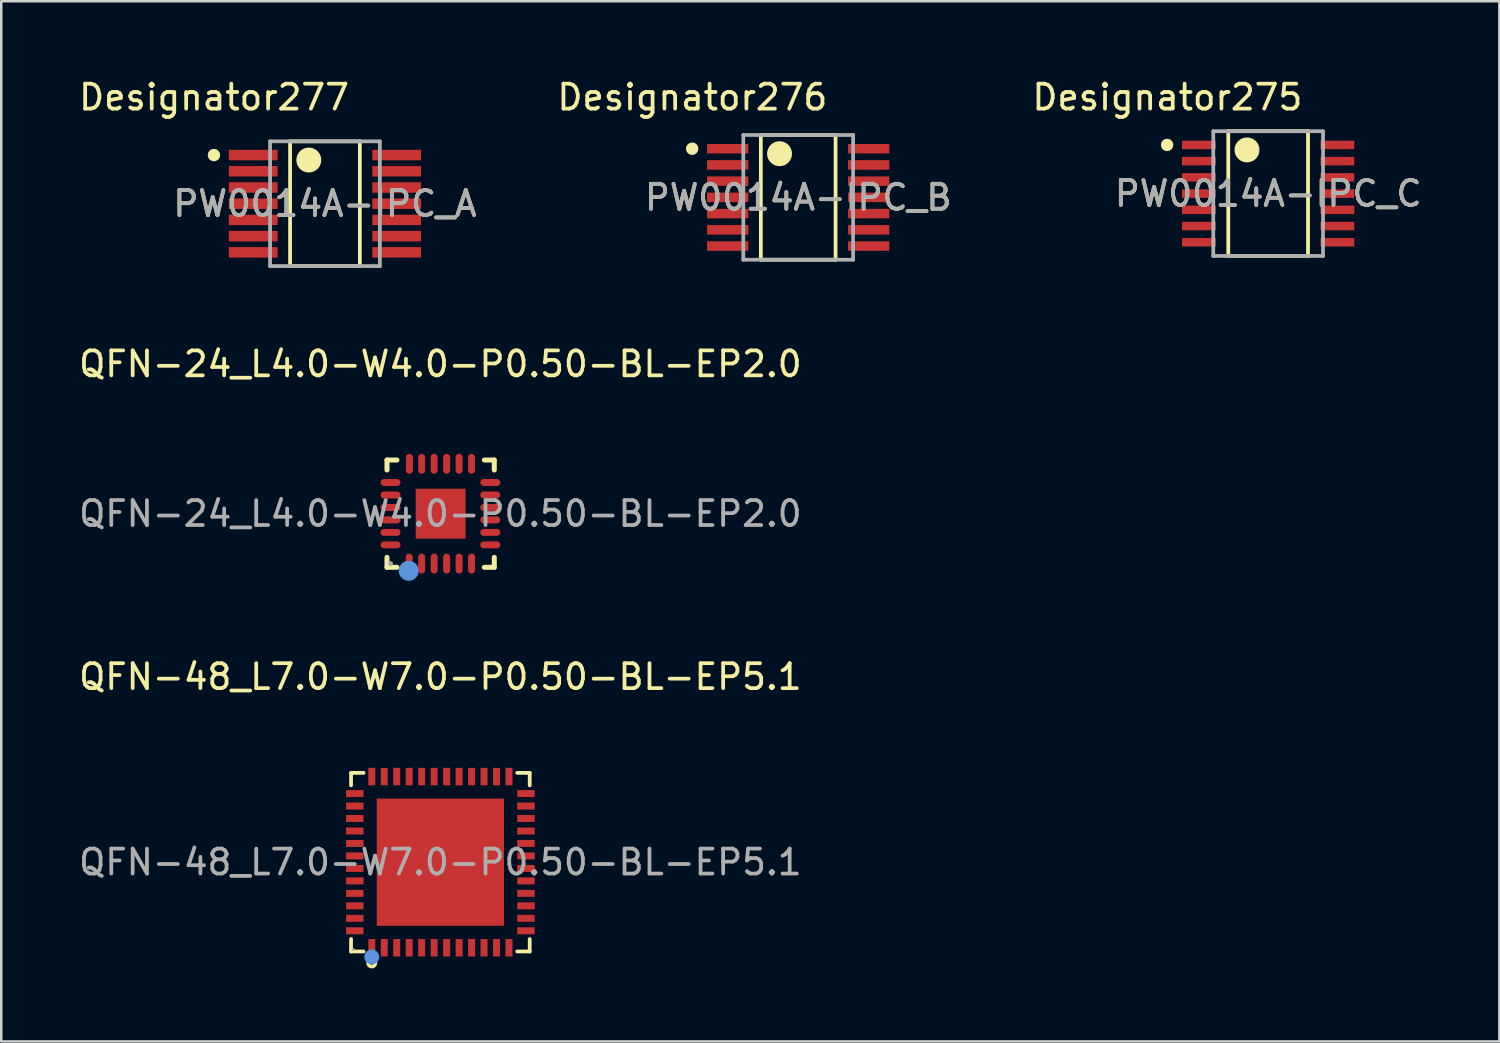
<source format=kicad_pcb>
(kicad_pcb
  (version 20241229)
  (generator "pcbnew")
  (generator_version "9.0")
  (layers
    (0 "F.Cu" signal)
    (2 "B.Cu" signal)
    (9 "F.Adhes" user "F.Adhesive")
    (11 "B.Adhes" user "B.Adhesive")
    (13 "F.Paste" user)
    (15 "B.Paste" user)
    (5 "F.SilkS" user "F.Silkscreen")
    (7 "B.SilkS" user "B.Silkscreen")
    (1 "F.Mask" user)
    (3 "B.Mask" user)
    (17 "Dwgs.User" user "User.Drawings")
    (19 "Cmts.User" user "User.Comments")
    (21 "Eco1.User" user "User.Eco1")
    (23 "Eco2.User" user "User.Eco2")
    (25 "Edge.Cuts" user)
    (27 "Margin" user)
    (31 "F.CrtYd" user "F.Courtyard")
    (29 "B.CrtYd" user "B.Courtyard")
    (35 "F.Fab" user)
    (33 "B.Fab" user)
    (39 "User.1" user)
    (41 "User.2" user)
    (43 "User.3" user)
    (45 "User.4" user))
  (footprint "PW0014A-IPC_C"
    (layer "F.Cu")
    (at 47.779 4.709)
    (property "Reference" "PW0014A-IPC_C" (at 0 0 0) (unlocked yes) (layer "F.SilkS") (effects (font (size 1 1) (thickness 0.15))))
    (attr smd)
    (fp_line (start -1.598 -2.5) (end 1.598 -2.5) (stroke (width 0.15) (type solid)) (layer "F.SilkS"))
    (fp_line (start -1.598 2.5) (end -1.598 -2.5) (stroke (width 0.15) (type solid)) (layer "F.SilkS"))
    (fp_line (start -1.598 2.5) (end 1.598 2.5) (stroke (width 0.15) (type solid)) (layer "F.SilkS"))
    (fp_line (start 1.598 2.5) (end 1.598 -2.5) (stroke (width 0.15) (type solid)) (layer "F.SilkS"))
    (fp_circle (center -4.05 -1.95) (end -3.925 -1.95) (stroke (width 0.25) (type solid)) (fill no) (layer "F.SilkS"))
    (fp_circle (center -0.848 -1.75) (end -0.598 -1.75) (stroke (width 0.5) (type solid)) (fill no) (layer "F.SilkS"))
    (fp_line (start -2.2 -2.5) (end 2.2 -2.5) (stroke (width 0.15) (type solid)) (layer "F.Fab"))
    (fp_line (start -2.2 2.5) (end -2.2 -2.5) (stroke (width 0.15) (type solid)) (layer "F.Fab"))
    (fp_line (start -2.2 2.5) (end 2.2 2.5) (stroke (width 0.15) (type solid)) (layer "F.Fab"))
    (fp_line (start 2.2 2.5) (end 2.2 -2.5) (stroke (width 0.15) (type solid)) (layer "F.Fab"))
    (fp_text user "Designator275" (at -4.039 -3.861 0) (unlocked yes) (layer "F.SilkS") (effects (font (size 1 1) (thickness 0.15))))
    (fp_text user "${REFERENCE}" (at 0 0 0) (unlocked yes) (layer "F.Fab") (effects (font (size 1 1) (thickness 0.15))))
    (pad "1" smd rect (at -2.775 -1.95) (size 1.355 0.341) (layers "F.Cu" "F.Mask" "F.Paste"))
    (pad "2" smd rect (at -2.775 -1.3) (size 1.355 0.341) (layers "F.Cu" "F.Mask" "F.Paste"))
    (pad "3" smd rect (at -2.775 -0.65) (size 1.355 0.341) (layers "F.Cu" "F.Mask" "F.Paste"))
    (pad "4" smd rect (at -2.775 0) (size 1.355 0.341) (layers "F.Cu" "F.Mask" "F.Paste"))
    (pad "5" smd rect (at -2.775 0.65) (size 1.355 0.341) (layers "F.Cu" "F.Mask" "F.Paste"))
    (pad "6" smd rect (at -2.775 1.3) (size 1.355 0.341) (layers "F.Cu" "F.Mask" "F.Paste"))
    (pad "7" smd rect (at -2.775 1.95) (size 1.355 0.341) (layers "F.Cu" "F.Mask" "F.Paste"))
    (pad "8" smd rect (at 2.775 1.95) (size 1.355 0.341) (layers "F.Cu" "F.Mask" "F.Paste"))
    (pad "9" smd rect (at 2.775 1.3) (size 1.355 0.341) (layers "F.Cu" "F.Mask" "F.Paste"))
    (pad "10" smd rect (at 2.775 0.65) (size 1.355 0.341) (layers "F.Cu" "F.Mask" "F.Paste"))
    (pad "11" smd rect (at 2.775 0) (size 1.355 0.341) (layers "F.Cu" "F.Mask" "F.Paste"))
    (pad "12" smd rect (at 2.775 -0.65) (size 1.355 0.341) (layers "F.Cu" "F.Mask" "F.Paste"))
    (pad "13" smd rect (at 2.775 -1.3) (size 1.355 0.341) (layers "F.Cu" "F.Mask" "F.Paste"))
    (pad "14" smd rect (at 2.775 -1.95) (size 1.355 0.341) (layers "F.Cu" "F.Mask" "F.Paste")))
  (footprint "PW0014A-IPC_B"
    (layer "F.Cu")
    (at 28.943 4.861)
    (property "Reference" "PW0014A-IPC_B" (at 0 0 0) (unlocked yes) (layer "F.SilkS") (effects (font (size 1 1) (thickness 0.15))))
    (attr smd)
    (fp_line (start -1.498 -2.5) (end 1.498 -2.5) (stroke (width 0.15) (type solid)) (layer "F.SilkS"))
    (fp_line (start -1.498 2.5) (end -1.498 -2.5) (stroke (width 0.15) (type solid)) (layer "F.SilkS"))
    (fp_line (start -1.498 2.5) (end 1.498 2.5) (stroke (width 0.15) (type solid)) (layer "F.SilkS"))
    (fp_line (start 1.498 2.5) (end 1.498 -2.5) (stroke (width 0.15) (type solid)) (layer "F.SilkS"))
    (fp_circle (center -4.25 -1.95) (end -4.125 -1.95) (stroke (width 0.25) (type solid)) (fill no) (layer "F.SilkS"))
    (fp_circle (center -0.748 -1.75) (end -0.498 -1.75) (stroke (width 0.5) (type solid)) (fill no) (layer "F.SilkS"))
    (fp_line (start -2.2 -2.5) (end 2.2 -2.5) (stroke (width 0.15) (type solid)) (layer "F.Fab"))
    (fp_line (start -2.2 2.5) (end -2.2 -2.5) (stroke (width 0.15) (type solid)) (layer "F.Fab"))
    (fp_line (start -2.2 2.5) (end 2.2 2.5) (stroke (width 0.15) (type solid)) (layer "F.Fab"))
    (fp_line (start 2.2 2.5) (end 2.2 -2.5) (stroke (width 0.15) (type solid)) (layer "F.Fab"))
    (fp_text user "Designator276" (at -4.242 -4.013 0) (unlocked yes) (layer "F.SilkS") (effects (font (size 1 1) (thickness 0.15))))
    (fp_text user "${REFERENCE}" (at 0 0 0) (unlocked yes) (layer "F.Fab") (effects (font (size 1 1) (thickness 0.15))))
    (pad "1" smd rect (at -2.825 -1.95) (size 1.655 0.381) (layers "F.Cu" "F.Mask" "F.Paste"))
    (pad "2" smd rect (at -2.825 -1.3) (size 1.655 0.381) (layers "F.Cu" "F.Mask" "F.Paste"))
    (pad "3" smd rect (at -2.825 -0.65) (size 1.655 0.381) (layers "F.Cu" "F.Mask" "F.Paste"))
    (pad "4" smd rect (at -2.825 0) (size 1.655 0.381) (layers "F.Cu" "F.Mask" "F.Paste"))
    (pad "5" smd rect (at -2.825 0.65) (size 1.655 0.381) (layers "F.Cu" "F.Mask" "F.Paste"))
    (pad "6" smd rect (at -2.825 1.3) (size 1.655 0.381) (layers "F.Cu" "F.Mask" "F.Paste"))
    (pad "7" smd rect (at -2.825 1.95) (size 1.655 0.381) (layers "F.Cu" "F.Mask" "F.Paste"))
    (pad "8" smd rect (at 2.825 1.95) (size 1.655 0.381) (layers "F.Cu" "F.Mask" "F.Paste"))
    (pad "9" smd rect (at 2.825 1.3) (size 1.655 0.381) (layers "F.Cu" "F.Mask" "F.Paste"))
    (pad "10" smd rect (at 2.825 0.65) (size 1.655 0.381) (layers "F.Cu" "F.Mask" "F.Paste"))
    (pad "11" smd rect (at 2.825 0) (size 1.655 0.381) (layers "F.Cu" "F.Mask" "F.Paste"))
    (pad "12" smd rect (at 2.825 -0.65) (size 1.655 0.381) (layers "F.Cu" "F.Mask" "F.Paste"))
    (pad "13" smd rect (at 2.825 -1.3) (size 1.655 0.381) (layers "F.Cu" "F.Mask" "F.Paste"))
    (pad "14" smd rect (at 2.825 -1.95) (size 1.655 0.381) (layers "F.Cu" "F.Mask" "F.Paste")))
  (footprint "PW0014A-IPC_A"
    (layer "F.Cu")
    (at 9.975 5.115)
    (property "Reference" "PW0014A-IPC_A" (at 0 0 0) (unlocked yes) (layer "F.SilkS") (effects (font (size 1 1) (thickness 0.15))))
    (attr smd)
    (fp_line (start -1.398 -2.5) (end 1.398 -2.5) (stroke (width 0.15) (type solid)) (layer "F.SilkS"))
    (fp_line (start -1.398 2.5) (end -1.398 -2.5) (stroke (width 0.15) (type solid)) (layer "F.SilkS"))
    (fp_line (start -1.398 2.5) (end 1.398 2.5) (stroke (width 0.15) (type solid)) (layer "F.SilkS"))
    (fp_line (start 1.398 2.5) (end 1.398 -2.5) (stroke (width 0.15) (type solid)) (layer "F.SilkS"))
    (fp_circle (center -4.45 -1.95) (end -4.325 -1.95) (stroke (width 0.25) (type solid)) (fill no) (layer "F.SilkS"))
    (fp_circle (center -0.648 -1.75) (end -0.398 -1.75) (stroke (width 0.5) (type solid)) (fill no) (layer "F.SilkS"))
    (fp_line (start -2.2 -2.5) (end 2.2 -2.5) (stroke (width 0.15) (type solid)) (layer "F.Fab"))
    (fp_line (start -2.2 2.5) (end -2.2 -2.5) (stroke (width 0.15) (type solid)) (layer "F.Fab"))
    (fp_line (start -2.2 2.5) (end 2.2 2.5) (stroke (width 0.15) (type solid)) (layer "F.Fab"))
    (fp_line (start 2.2 2.5) (end 2.2 -2.5) (stroke (width 0.15) (type solid)) (layer "F.Fab"))
    (fp_text user "Designator277" (at -4.445 -4.267 0) (unlocked yes) (layer "F.SilkS") (effects (font (size 1 1) (thickness 0.15))))
    (fp_text user "${REFERENCE}" (at 0 0 0) (unlocked yes) (layer "F.Fab") (effects (font (size 1 1) (thickness 0.15))))
    (pad "1" smd rect (at -2.875 -1.95) (size 1.955 0.421) (layers "F.Cu" "F.Mask" "F.Paste"))
    (pad "2" smd rect (at -2.875 -1.3) (size 1.955 0.421) (layers "F.Cu" "F.Mask" "F.Paste"))
    (pad "3" smd rect (at -2.875 -0.65) (size 1.955 0.421) (layers "F.Cu" "F.Mask" "F.Paste"))
    (pad "4" smd rect (at -2.875 0) (size 1.955 0.421) (layers "F.Cu" "F.Mask" "F.Paste"))
    (pad "5" smd rect (at -2.875 0.65) (size 1.955 0.421) (layers "F.Cu" "F.Mask" "F.Paste"))
    (pad "6" smd rect (at -2.875 1.3) (size 1.955 0.421) (layers "F.Cu" "F.Mask" "F.Paste"))
    (pad "7" smd rect (at -2.875 1.95) (size 1.955 0.421) (layers "F.Cu" "F.Mask" "F.Paste"))
    (pad "8" smd rect (at 2.875 1.95) (size 1.955 0.421) (layers "F.Cu" "F.Mask" "F.Paste"))
    (pad "9" smd rect (at 2.875 1.3) (size 1.955 0.421) (layers "F.Cu" "F.Mask" "F.Paste"))
    (pad "10" smd rect (at 2.875 0.65) (size 1.955 0.421) (layers "F.Cu" "F.Mask" "F.Paste"))
    (pad "11" smd rect (at 2.875 0) (size 1.955 0.421) (layers "F.Cu" "F.Mask" "F.Paste"))
    (pad "12" smd rect (at 2.875 -0.65) (size 1.955 0.421) (layers "F.Cu" "F.Mask" "F.Paste"))
    (pad "13" smd rect (at 2.875 -1.3) (size 1.955 0.421) (layers "F.Cu" "F.Mask" "F.Paste"))
    (pad "14" smd rect (at 2.875 -1.95) (size 1.955 0.421) (layers "F.Cu" "F.Mask" "F.Paste")))
  (footprint "QFN-24_L4.0-W4.0-P0.50-BL-EP2.0"
    (layer "F.Cu")
    (at 14.601 17.539)
    (property "Reference" "QFN-24_L4.0-W4.0-P0.50-BL-EP2.0" (at 0 -6 0) (layer "F.SilkS") (effects (font (size 1 1) (thickness 0.15))))
    (attr smd)
    (fp_line (start -2.14 -2.15) (end -1.74 -2.15) (stroke (width 0.2) (type solid)) (layer "F.SilkS"))
    (fp_line (start -2.14 -1.75) (end -2.14 -2.15) (stroke (width 0.2) (type solid)) (layer "F.SilkS"))
    (fp_line (start -2.14 2.15) (end -2.14 1.75) (stroke (width 0.2) (type solid)) (layer "F.SilkS"))
    (fp_line (start -1.74 2.15) (end -2.14 2.15) (stroke (width 0.2) (type solid)) (layer "F.SilkS"))
    (fp_line (start 2.16 -2.15) (end 1.76 -2.15) (stroke (width 0.2) (type solid)) (layer "F.SilkS"))
    (fp_line (start 2.16 -1.75) (end 2.16 -2.15) (stroke (width 0.2) (type solid)) (layer "F.SilkS"))
    (fp_line (start 2.16 1.75) (end 2.16 2.15) (stroke (width 0.2) (type solid)) (layer "F.SilkS"))
    (fp_line (start 2.16 2.15) (end 1.76 2.15) (stroke (width 0.2) (type solid)) (layer "F.SilkS"))
    (fp_circle (center -1.27 2.29) (end -1.07 2.29) (stroke (width 0.4) (type solid)) (fill no) (layer "Cmts.User"))
    (fp_circle (center -2 2) (end -1.95 2) (stroke (width 0.1) (type solid)) (fill no) (layer "F.Fab"))
    (fp_text user "${REFERENCE}" (at 0 0 0) (layer "F.Fab") (effects (font (size 1 1) (thickness 0.15))))
    (pad "1" smd oval (at -1.25 2) (size 0.28 0.8) (layers "F.Cu" "F.Mask" "F.Paste"))
    (pad "2" smd oval (at -0.75 2) (size 0.28 0.8) (layers "F.Cu" "F.Mask" "F.Paste"))
    (pad "3" smd oval (at -0.25 2) (size 0.28 0.8) (layers "F.Cu" "F.Mask" "F.Paste"))
    (pad "4" smd oval (at 0.25 2) (size 0.28 0.8) (layers "F.Cu" "F.Mask" "F.Paste"))
    (pad "5" smd oval (at 0.75 2) (size 0.28 0.8) (layers "F.Cu" "F.Mask" "F.Paste"))
    (pad "6" smd oval (at 1.25 2) (size 0.28 0.8) (layers "F.Cu" "F.Mask" "F.Paste"))
    (pad "7" smd oval (at 2 1.25) (size 0.8 0.28) (layers "F.Cu" "F.Mask" "F.Paste"))
    (pad "8" smd oval (at 2 0.75) (size 0.8 0.28) (layers "F.Cu" "F.Mask" "F.Paste"))
    (pad "9" smd oval (at 2 0.25) (size 0.8 0.28) (layers "F.Cu" "F.Mask" "F.Paste"))
    (pad "10" smd oval (at 2 -0.25) (size 0.8 0.28) (layers "F.Cu" "F.Mask" "F.Paste"))
    (pad "11" smd oval (at 2 -0.75) (size 0.8 0.28) (layers "F.Cu" "F.Mask" "F.Paste"))
    (pad "12" smd oval (at 2 -1.25) (size 0.8 0.28) (layers "F.Cu" "F.Mask" "F.Paste"))
    (pad "13" smd oval (at 1.25 -2) (size 0.28 0.8) (layers "F.Cu" "F.Mask" "F.Paste"))
    (pad "14" smd oval (at 0.75 -2) (size 0.28 0.8) (layers "F.Cu" "F.Mask" "F.Paste"))
    (pad "15" smd oval (at 0.25 -2) (size 0.28 0.8) (layers "F.Cu" "F.Mask" "F.Paste"))
    (pad "16" smd oval (at -0.25 -2) (size 0.28 0.8) (layers "F.Cu" "F.Mask" "F.Paste"))
    (pad "17" smd oval (at -0.75 -2) (size 0.28 0.8) (layers "F.Cu" "F.Mask" "F.Paste"))
    (pad "18" smd oval (at -1.24 -2) (size 0.28 0.8) (layers "F.Cu" "F.Mask" "F.Paste"))
    (pad "19" smd oval (at -2 -1.25) (size 0.8 0.28) (layers "F.Cu" "F.Mask" "F.Paste"))
    (pad "20" smd oval (at -2 -0.75) (size 0.8 0.28) (layers "F.Cu" "F.Mask" "F.Paste"))
    (pad "21" smd oval (at -2 -0.25) (size 0.8 0.28) (layers "F.Cu" "F.Mask" "F.Paste"))
    (pad "22" smd oval (at -2 0.25) (size 0.8 0.28) (layers "F.Cu" "F.Mask" "F.Paste"))
    (pad "23" smd oval (at -2 0.75) (size 0.8 0.28) (layers "F.Cu" "F.Mask" "F.Paste"))
    (pad "24" smd oval (at -2 1.25) (size 0.8 0.28) (layers "F.Cu" "F.Mask" "F.Paste"))
    (pad "25" smd rect (at 0.01 0) (size 2 2) (layers "F.Cu" "F.Mask" "F.Paste")))
  (footprint "QFN-48_L7.0-W7.0-P0.50-BL-EP5.1"
    (layer "F.Cu")
    (at 14.601 31.507)
    (property "Reference" "QFN-48_L7.0-W7.0-P0.50-BL-EP5.1" (at 0 -7.43 0) (layer "F.SilkS") (effects (font (size 1 1) (thickness 0.15))))
    (attr smd)
    (fp_line (start -3.58 -3.58) (end -3.08 -3.58) (stroke (width 0.15) (type solid)) (layer "F.SilkS"))
    (fp_line (start -3.58 -3.08) (end -3.58 -3.58) (stroke (width 0.15) (type solid)) (layer "F.SilkS"))
    (fp_line (start -3.58 3.08) (end -3.58 3.58) (stroke (width 0.15) (type solid)) (layer "F.SilkS"))
    (fp_line (start -3.58 3.58) (end -3.08 3.58) (stroke (width 0.15) (type solid)) (layer "F.SilkS"))
    (fp_line (start 3.58 -3.58) (end 3.08 -3.58) (stroke (width 0.15) (type solid)) (layer "F.SilkS"))
    (fp_line (start 3.58 -3.08) (end 3.58 -3.58) (stroke (width 0.15) (type solid)) (layer "F.SilkS"))
    (fp_line (start 3.58 3.08) (end 3.58 3.58) (stroke (width 0.15) (type solid)) (layer "F.SilkS"))
    (fp_line (start 3.58 3.58) (end 3.08 3.58) (stroke (width 0.15) (type solid)) (layer "F.SilkS"))
    (fp_circle (center -2.75 4.04) (end -2.68 4.04) (stroke (width 0.15) (type solid)) (fill no) (layer "F.SilkS"))
    (fp_circle (center -2.75 3.8) (end -2.6 3.8) (stroke (width 0.3) (type solid)) (fill no) (layer "Cmts.User"))
    (fp_circle (center -3.5 3.5) (end -3.47 3.5) (stroke (width 0.06) (type solid)) (fill no) (layer "F.Fab"))
    (fp_text user "${REFERENCE}" (at 0 0 0) (layer "F.Fab") (effects (font (size 1 1) (thickness 0.15))))
    (pad "1" smd rect (at -2.75 3.43) (size 0.28 0.7) (layers "F.Cu" "F.Mask" "F.Paste"))
    (pad "2" smd rect (at -2.25 3.43) (size 0.28 0.7) (layers "F.Cu" "F.Mask" "F.Paste"))
    (pad "3" smd rect (at -1.75 3.43) (size 0.28 0.7) (layers "F.Cu" "F.Mask" "F.Paste"))
    (pad "4" smd rect (at -1.25 3.43) (size 0.28 0.7) (layers "F.Cu" "F.Mask" "F.Paste"))
    (pad "5" smd rect (at -0.75 3.43) (size 0.28 0.7) (layers "F.Cu" "F.Mask" "F.Paste"))
    (pad "6" smd rect (at -0.25 3.43) (size 0.28 0.7) (layers "F.Cu" "F.Mask" "F.Paste"))
    (pad "7" smd rect (at 0.25 3.43) (size 0.28 0.7) (layers "F.Cu" "F.Mask" "F.Paste"))
    (pad "8" smd rect (at 0.75 3.43) (size 0.28 0.7) (layers "F.Cu" "F.Mask" "F.Paste"))
    (pad "9" smd rect (at 1.25 3.43) (size 0.28 0.7) (layers "F.Cu" "F.Mask" "F.Paste"))
    (pad "10" smd rect (at 1.75 3.43) (size 0.28 0.7) (layers "F.Cu" "F.Mask" "F.Paste"))
    (pad "11" smd rect (at 2.25 3.43) (size 0.28 0.7) (layers "F.Cu" "F.Mask" "F.Paste"))
    (pad "12" smd rect (at 2.75 3.43) (size 0.28 0.7) (layers "F.Cu" "F.Mask" "F.Paste"))
    (pad "13" smd rect (at 3.43 2.75) (size 0.7 0.28) (layers "F.Cu" "F.Mask" "F.Paste"))
    (pad "14" smd rect (at 3.43 2.25) (size 0.7 0.28) (layers "F.Cu" "F.Mask" "F.Paste"))
    (pad "15" smd rect (at 3.43 1.75) (size 0.7 0.28) (layers "F.Cu" "F.Mask" "F.Paste"))
    (pad "16" smd rect (at 3.43 1.25) (size 0.7 0.28) (layers "F.Cu" "F.Mask" "F.Paste"))
    (pad "17" smd rect (at 3.43 0.75) (size 0.7 0.28) (layers "F.Cu" "F.Mask" "F.Paste"))
    (pad "18" smd rect (at 3.43 0.25) (size 0.7 0.28) (layers "F.Cu" "F.Mask" "F.Paste"))
    (pad "19" smd rect (at 3.43 -0.25) (size 0.7 0.28) (layers "F.Cu" "F.Mask" "F.Paste"))
    (pad "20" smd rect (at 3.43 -0.75) (size 0.7 0.28) (layers "F.Cu" "F.Mask" "F.Paste"))
    (pad "21" smd rect (at 3.43 -1.25) (size 0.7 0.28) (layers "F.Cu" "F.Mask" "F.Paste"))
    (pad "22" smd rect (at 3.43 -1.75) (size 0.7 0.28) (layers "F.Cu" "F.Mask" "F.Paste"))
    (pad "23" smd rect (at 3.43 -2.25) (size 0.7 0.28) (layers "F.Cu" "F.Mask" "F.Paste"))
    (pad "24" smd rect (at 3.43 -2.75) (size 0.7 0.28) (layers "F.Cu" "F.Mask" "F.Paste"))
    (pad "25" smd rect (at 2.75 -3.43) (size 0.28 0.7) (layers "F.Cu" "F.Mask" "F.Paste"))
    (pad "26" smd rect (at 2.25 -3.43) (size 0.28 0.7) (layers "F.Cu" "F.Mask" "F.Paste"))
    (pad "27" smd rect (at 1.75 -3.43) (size 0.28 0.7) (layers "F.Cu" "F.Mask" "F.Paste"))
    (pad "28" smd rect (at 1.25 -3.43) (size 0.28 0.7) (layers "F.Cu" "F.Mask" "F.Paste"))
    (pad "29" smd rect (at 0.75 -3.43) (size 0.28 0.7) (layers "F.Cu" "F.Mask" "F.Paste"))
    (pad "30" smd rect (at 0.25 -3.43) (size 0.28 0.7) (layers "F.Cu" "F.Mask" "F.Paste"))
    (pad "31" smd rect (at -0.25 -3.43) (size 0.28 0.7) (layers "F.Cu" "F.Mask" "F.Paste"))
    (pad "32" smd rect (at -0.75 -3.43) (size 0.28 0.7) (layers "F.Cu" "F.Mask" "F.Paste"))
    (pad "33" smd rect (at -1.25 -3.43) (size 0.28 0.7) (layers "F.Cu" "F.Mask" "F.Paste"))
    (pad "34" smd rect (at -1.75 -3.43) (size 0.28 0.7) (layers "F.Cu" "F.Mask" "F.Paste"))
    (pad "35" smd rect (at -2.25 -3.43) (size 0.28 0.7) (layers "F.Cu" "F.Mask" "F.Paste"))
    (pad "36" smd rect (at -2.75 -3.43) (size 0.28 0.7) (layers "F.Cu" "F.Mask" "F.Paste"))
    (pad "37" smd rect (at -3.43 -2.75) (size 0.7 0.28) (layers "F.Cu" "F.Mask" "F.Paste"))
    (pad "38" smd rect (at -3.43 -2.25) (size 0.7 0.28) (layers "F.Cu" "F.Mask" "F.Paste"))
    (pad "39" smd rect (at -3.43 -1.75) (size 0.7 0.28) (layers "F.Cu" "F.Mask" "F.Paste"))
    (pad "40" smd rect (at -3.43 -1.25) (size 0.7 0.28) (layers "F.Cu" "F.Mask" "F.Paste"))
    (pad "41" smd rect (at -3.43 -0.75) (size 0.7 0.28) (layers "F.Cu" "F.Mask" "F.Paste"))
    (pad "42" smd rect (at -3.43 -0.25) (size 0.7 0.28) (layers "F.Cu" "F.Mask" "F.Paste"))
    (pad "43" smd rect (at -3.43 0.25) (size 0.7 0.28) (layers "F.Cu" "F.Mask" "F.Paste"))
    (pad "44" smd rect (at -3.43 0.75) (size 0.7 0.28) (layers "F.Cu" "F.Mask" "F.Paste"))
    (pad "45" smd rect (at -3.43 1.25) (size 0.7 0.28) (layers "F.Cu" "F.Mask" "F.Paste"))
    (pad "46" smd rect (at -3.43 1.75) (size 0.7 0.28) (layers "F.Cu" "F.Mask" "F.Paste"))
    (pad "47" smd rect (at -3.43 2.25) (size 0.7 0.28) (layers "F.Cu" "F.Mask" "F.Paste"))
    (pad "48" smd rect (at -3.43 2.75) (size 0.7 0.28) (layers "F.Cu" "F.Mask" "F.Paste"))
    (pad "49" smd rect (at 0 0) (size 5.1 5.1) (layers "F.Cu" "F.Mask" "F.Paste")))
  (gr_rect
    (start -3 -3)
    (end 57.047 38.692)
    (stroke (width 0.1) (type default))
    (fill no)
    (layer "Edge.Cuts")))
</source>
